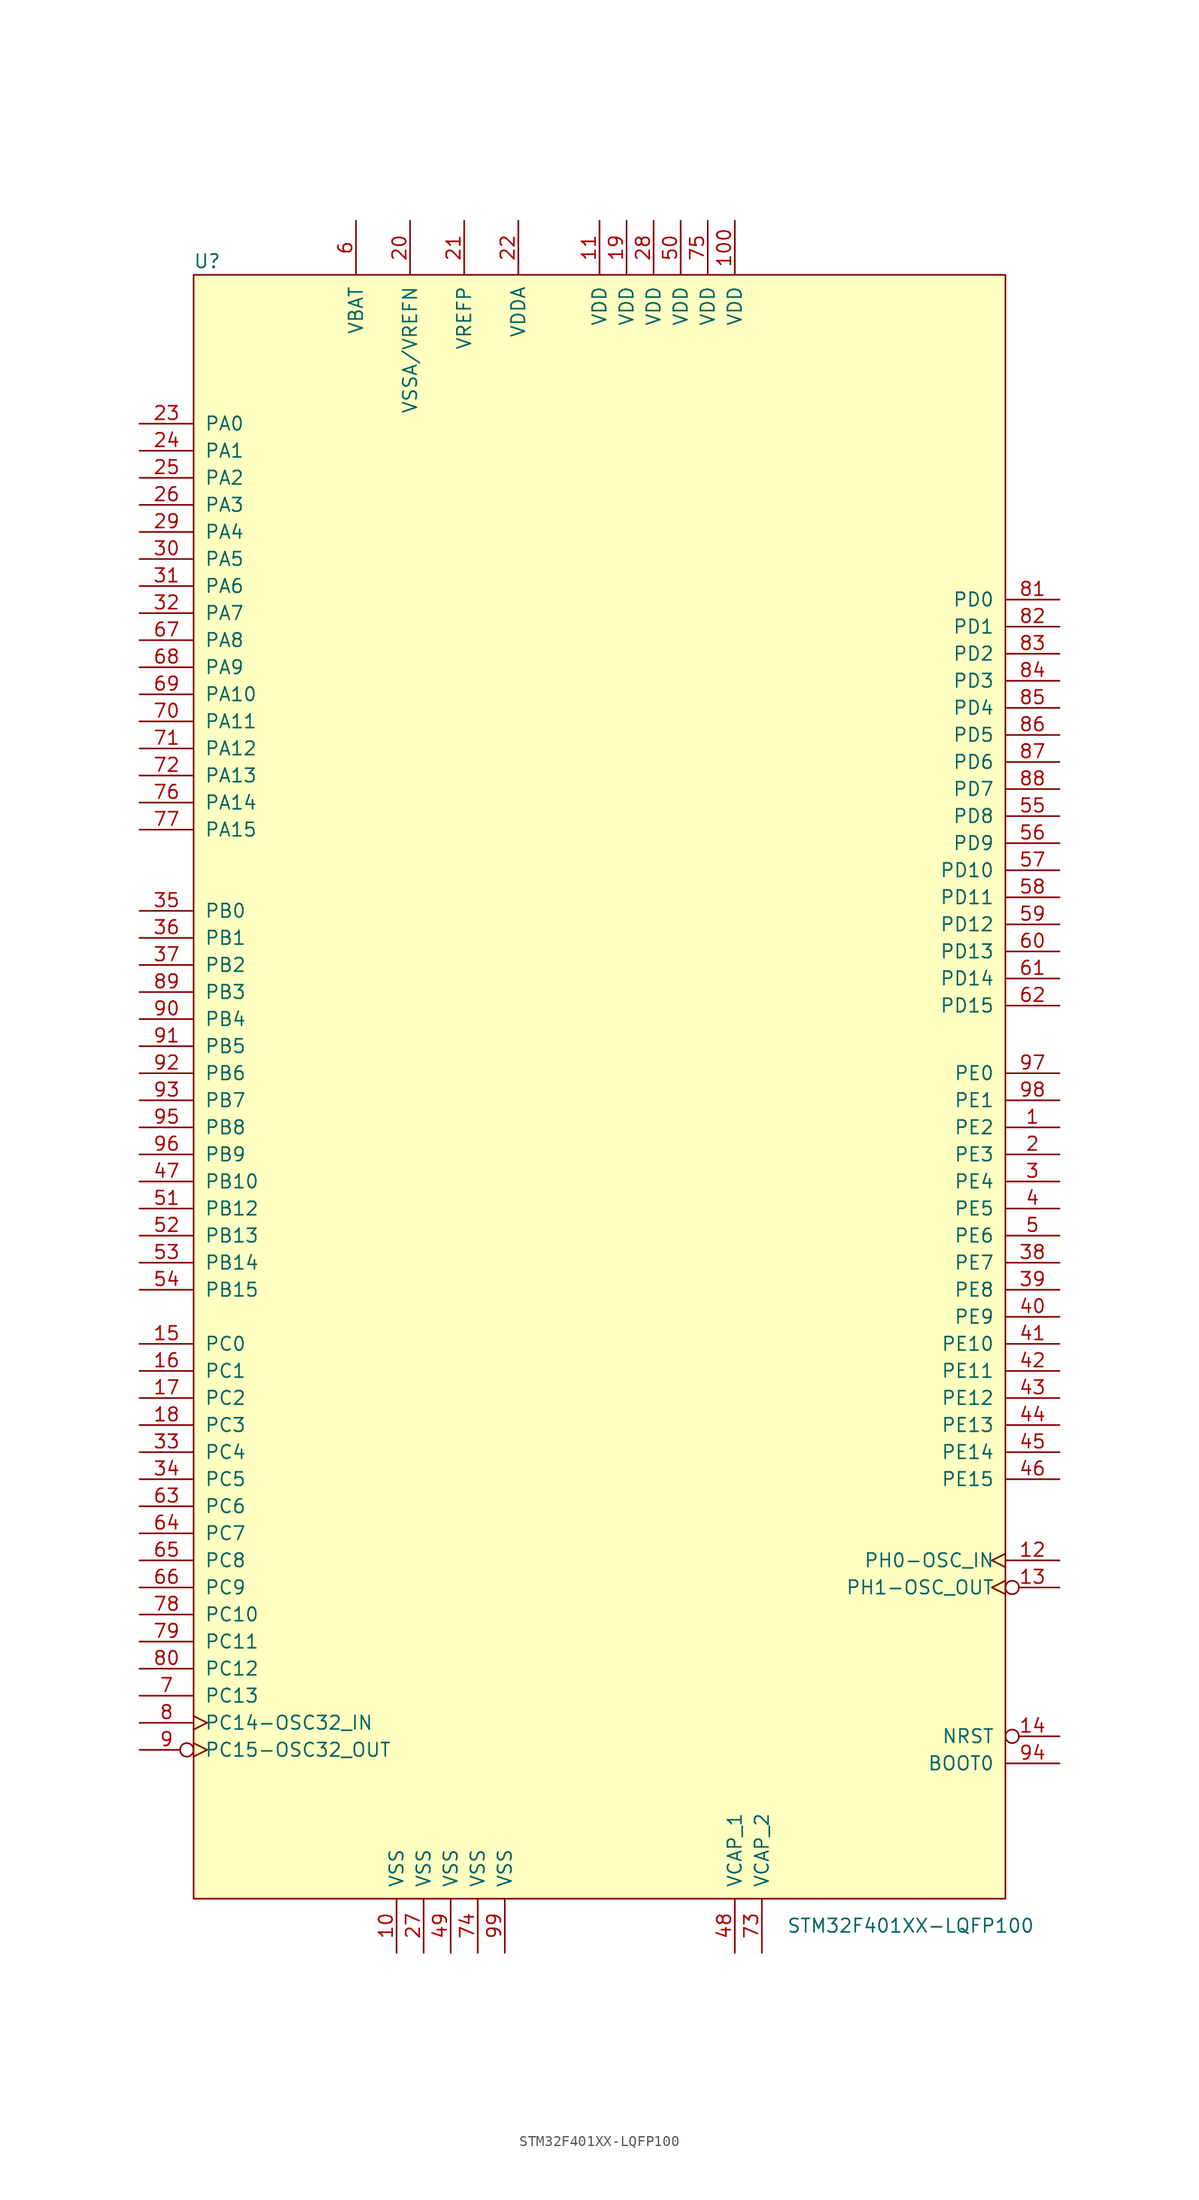
<source format=kicad_sym>
(kicad_symbol_lib
  (version 20211014)
  (generator kicad_symbol_editor)
  (symbol "STM32F401XX-LQFP100"
    (pin_names
      (offset 1.016))
    (property "Reference" "U"
      (at -36.83 77.47 0)
      (effects (font (size 1.27 1.27))))
    (property "Value" "STM32F401XX-LQFP100"
      (at 29.21 -78.74 0)
      (effects (font (size 1.27 1.27))))
    (symbol "STM32F401XX-LQFP100_0_1"
      (rectangle (start -38.1 76.2) (end 38.1 -76.2) (stroke (width 0) (type default) (color 0 0 0 0)) (fill (type background))))
    (symbol "STM32F401XX-LQFP100_1_1"
      (pin bidirectional line (at 43.18 -3.81 180) (length 5.08) (name "PE2" (effects (font (size 1.27 1.27)))) (number "1" (effects (font (size 1.27 1.27)))))
      (pin power_in line (at -19.05 -81.28 90) (length 5.08) (name "VSS" (effects (font (size 1.27 1.27)))) (number "10" (effects (font (size 1.27 1.27)))))
      (pin power_in line (at 12.7 81.28 270) (length 5.08) (name "VDD" (effects (font (size 1.27 1.27)))) (number "100" (effects (font (size 1.27 1.27)))))
      (pin power_in line (at 0 81.28 270) (length 5.08) (name "VDD" (effects (font (size 1.27 1.27)))) (number "11" (effects (font (size 1.27 1.27)))))
      (pin bidirectional clock (at 43.18 -44.45 180) (length 5.08) (name "PH0-OSC_IN" (effects (font (size 1.27 1.27)))) (number "12" (effects (font (size 1.27 1.27)))))
      (pin bidirectional inverted_clock (at 43.18 -46.99 180) (length 5.08) (name "PH1-OSC_OUT" (effects (font (size 1.27 1.27)))) (number "13" (effects (font (size 1.27 1.27)))))
      (pin input inverted (at 43.18 -60.96 180) (length 5.08) (name "NRST" (effects (font (size 1.27 1.27)))) (number "14" (effects (font (size 1.27 1.27)))))
      (pin bidirectional line (at -43.18 -24.13 0) (length 5.08) (name "PC0" (effects (font (size 1.27 1.27)))) (number "15" (effects (font (size 1.27 1.27)))))
      (pin bidirectional line (at -43.18 -26.67 0) (length 5.08) (name "PC1" (effects (font (size 1.27 1.27)))) (number "16" (effects (font (size 1.27 1.27)))))
      (pin bidirectional line (at -43.18 -29.21 0) (length 5.08) (name "PC2" (effects (font (size 1.27 1.27)))) (number "17" (effects (font (size 1.27 1.27)))))
      (pin bidirectional line (at -43.18 -31.75 0) (length 5.08) (name "PC3" (effects (font (size 1.27 1.27)))) (number "18" (effects (font (size 1.27 1.27)))))
      (pin power_in line (at 2.54 81.28 270) (length 5.08) (name "VDD" (effects (font (size 1.27 1.27)))) (number "19" (effects (font (size 1.27 1.27)))))
      (pin bidirectional line (at 43.18 -6.35 180) (length 5.08) (name "PE3" (effects (font (size 1.27 1.27)))) (number "2" (effects (font (size 1.27 1.27)))))
      (pin power_in line (at -17.78 81.28 270) (length 5.08) (name "VSSA/VREFN" (effects (font (size 1.27 1.27)))) (number "20" (effects (font (size 1.27 1.27)))))
      (pin power_in line (at -12.7 81.28 270) (length 5.08) (name "VREFP" (effects (font (size 1.27 1.27)))) (number "21" (effects (font (size 1.27 1.27)))))
      (pin power_in line (at -7.62 81.28 270) (length 5.08) (name "VDDA" (effects (font (size 1.27 1.27)))) (number "22" (effects (font (size 1.27 1.27)))))
      (pin bidirectional line (at -43.18 62.23 0) (length 5.08) (name "PA0" (effects (font (size 1.27 1.27)))) (number "23" (effects (font (size 1.27 1.27)))))
      (pin bidirectional line (at -43.18 59.69 0) (length 5.08) (name "PA1" (effects (font (size 1.27 1.27)))) (number "24" (effects (font (size 1.27 1.27)))))
      (pin bidirectional line (at -43.18 57.15 0) (length 5.08) (name "PA2" (effects (font (size 1.27 1.27)))) (number "25" (effects (font (size 1.27 1.27)))) (alternate "UART2_TX" output line))
      (pin bidirectional line (at -43.18 54.61 0) (length 5.08) (name "PA3" (effects (font (size 1.27 1.27)))) (number "26" (effects (font (size 1.27 1.27)))) (alternate "UART2_RX" input line))
      (pin power_in line (at -16.51 -81.28 90) (length 5.08) (name "VSS" (effects (font (size 1.27 1.27)))) (number "27" (effects (font (size 1.27 1.27)))))
      (pin power_in line (at 5.08 81.28 270) (length 5.08) (name "VDD" (effects (font (size 1.27 1.27)))) (number "28" (effects (font (size 1.27 1.27)))))
      (pin bidirectional line (at -43.18 52.07 0) (length 5.08) (name "PA4" (effects (font (size 1.27 1.27)))) (number "29" (effects (font (size 1.27 1.27)))))
      (pin bidirectional line (at 43.18 -8.89 180) (length 5.08) (name "PE4" (effects (font (size 1.27 1.27)))) (number "3" (effects (font (size 1.27 1.27)))))
      (pin bidirectional line (at -43.18 49.53 0) (length 5.08) (name "PA5" (effects (font (size 1.27 1.27)))) (number "30" (effects (font (size 1.27 1.27)))))
      (pin bidirectional line (at -43.18 46.99 0) (length 5.08) (name "PA6" (effects (font (size 1.27 1.27)))) (number "31" (effects (font (size 1.27 1.27)))))
      (pin bidirectional line (at -43.18 44.45 0) (length 5.08) (name "PA7" (effects (font (size 1.27 1.27)))) (number "32" (effects (font (size 1.27 1.27)))))
      (pin bidirectional line (at -43.18 -34.29 0) (length 5.08) (name "PC4" (effects (font (size 1.27 1.27)))) (number "33" (effects (font (size 1.27 1.27)))))
      (pin bidirectional line (at -43.18 -36.83 0) (length 5.08) (name "PC5" (effects (font (size 1.27 1.27)))) (number "34" (effects (font (size 1.27 1.27)))))
      (pin bidirectional line (at -43.18 16.51 0) (length 5.08) (name "PB0" (effects (font (size 1.27 1.27)))) (number "35" (effects (font (size 1.27 1.27)))))
      (pin bidirectional line (at -43.18 13.97 0) (length 5.08) (name "PB1" (effects (font (size 1.27 1.27)))) (number "36" (effects (font (size 1.27 1.27)))))
      (pin bidirectional line (at -43.18 11.43 0) (length 5.08) (name "PB2" (effects (font (size 1.27 1.27)))) (number "37" (effects (font (size 1.27 1.27)))))
      (pin bidirectional line (at 43.18 -16.51 180) (length 5.08) (name "PE7" (effects (font (size 1.27 1.27)))) (number "38" (effects (font (size 1.27 1.27)))))
      (pin bidirectional line (at 43.18 -19.05 180) (length 5.08) (name "PE8" (effects (font (size 1.27 1.27)))) (number "39" (effects (font (size 1.27 1.27)))))
      (pin bidirectional line (at 43.18 -11.43 180) (length 5.08) (name "PE5" (effects (font (size 1.27 1.27)))) (number "4" (effects (font (size 1.27 1.27)))))
      (pin bidirectional line (at 43.18 -21.59 180) (length 5.08) (name "PE9" (effects (font (size 1.27 1.27)))) (number "40" (effects (font (size 1.27 1.27)))))
      (pin bidirectional line (at 43.18 -24.13 180) (length 5.08) (name "PE10" (effects (font (size 1.27 1.27)))) (number "41" (effects (font (size 1.27 1.27)))))
      (pin bidirectional line (at 43.18 -26.67 180) (length 5.08) (name "PE11" (effects (font (size 1.27 1.27)))) (number "42" (effects (font (size 1.27 1.27)))))
      (pin bidirectional line (at 43.18 -29.21 180) (length 5.08) (name "PE12" (effects (font (size 1.27 1.27)))) (number "43" (effects (font (size 1.27 1.27)))))
      (pin bidirectional line (at 43.18 -31.75 180) (length 5.08) (name "PE13" (effects (font (size 1.27 1.27)))) (number "44" (effects (font (size 1.27 1.27)))))
      (pin bidirectional line (at 43.18 -34.29 180) (length 5.08) (name "PE14" (effects (font (size 1.27 1.27)))) (number "45" (effects (font (size 1.27 1.27)))))
      (pin bidirectional line (at 43.18 -36.83 180) (length 5.08) (name "PE15" (effects (font (size 1.27 1.27)))) (number "46" (effects (font (size 1.27 1.27)))))
      (pin bidirectional line (at -43.18 -8.89 0) (length 5.08) (name "PB10" (effects (font (size 1.27 1.27)))) (number "47" (effects (font (size 1.27 1.27)))))
      (pin passive line (at 12.7 -81.28 90) (length 5.08) (name "VCAP_1" (effects (font (size 1.27 1.27)))) (number "48" (effects (font (size 1.27 1.27)))))
      (pin power_in line (at -13.97 -81.28 90) (length 5.08) (name "VSS" (effects (font (size 1.27 1.27)))) (number "49" (effects (font (size 1.27 1.27)))))
      (pin bidirectional line (at 43.18 -13.97 180) (length 5.08) (name "PE6" (effects (font (size 1.27 1.27)))) (number "5" (effects (font (size 1.27 1.27)))))
      (pin power_in line (at 7.62 81.28 270) (length 5.08) (name "VDD" (effects (font (size 1.27 1.27)))) (number "50" (effects (font (size 1.27 1.27)))))
      (pin bidirectional line (at -43.18 -11.43 0) (length 5.08) (name "PB12" (effects (font (size 1.27 1.27)))) (number "51" (effects (font (size 1.27 1.27)))))
      (pin bidirectional line (at -43.18 -13.97 0) (length 5.08) (name "PB13" (effects (font (size 1.27 1.27)))) (number "52" (effects (font (size 1.27 1.27)))))
      (pin bidirectional line (at -43.18 -16.51 0) (length 5.08) (name "PB14" (effects (font (size 1.27 1.27)))) (number "53" (effects (font (size 1.27 1.27)))))
      (pin bidirectional line (at -43.18 -19.05 0) (length 5.08) (name "PB15" (effects (font (size 1.27 1.27)))) (number "54" (effects (font (size 1.27 1.27)))))
      (pin bidirectional line (at 43.18 25.4 180) (length 5.08) (name "PD8" (effects (font (size 1.27 1.27)))) (number "55" (effects (font (size 1.27 1.27)))))
      (pin bidirectional line (at 43.18 22.86 180) (length 5.08) (name "PD9" (effects (font (size 1.27 1.27)))) (number "56" (effects (font (size 1.27 1.27)))))
      (pin bidirectional line (at 43.18 20.32 180) (length 5.08) (name "PD10" (effects (font (size 1.27 1.27)))) (number "57" (effects (font (size 1.27 1.27)))))
      (pin bidirectional line (at 43.18 17.78 180) (length 5.08) (name "PD11" (effects (font (size 1.27 1.27)))) (number "58" (effects (font (size 1.27 1.27)))))
      (pin bidirectional line (at 43.18 15.24 180) (length 5.08) (name "PD12" (effects (font (size 1.27 1.27)))) (number "59" (effects (font (size 1.27 1.27)))))
      (pin power_in line (at -22.86 81.28 270) (length 5.08) (name "VBAT" (effects (font (size 1.27 1.27)))) (number "6" (effects (font (size 1.27 1.27)))))
      (pin bidirectional line (at 43.18 12.7 180) (length 5.08) (name "PD13" (effects (font (size 1.27 1.27)))) (number "60" (effects (font (size 1.27 1.27)))))
      (pin bidirectional line (at 43.18 10.16 180) (length 5.08) (name "PD14" (effects (font (size 1.27 1.27)))) (number "61" (effects (font (size 1.27 1.27)))))
      (pin bidirectional line (at 43.18 7.62 180) (length 5.08) (name "PD15" (effects (font (size 1.27 1.27)))) (number "62" (effects (font (size 1.27 1.27)))))
      (pin bidirectional line (at -43.18 -39.37 0) (length 5.08) (name "PC6" (effects (font (size 1.27 1.27)))) (number "63" (effects (font (size 1.27 1.27)))) (alternate "UART6_TX" output line))
      (pin bidirectional line (at -43.18 -41.91 0) (length 5.08) (name "PC7" (effects (font (size 1.27 1.27)))) (number "64" (effects (font (size 1.27 1.27)))) (alternate "UART6_RX" input line))
      (pin bidirectional line (at -43.18 -44.45 0) (length 5.08) (name "PC8" (effects (font (size 1.27 1.27)))) (number "65" (effects (font (size 1.27 1.27)))))
      (pin bidirectional line (at -43.18 -46.99 0) (length 5.08) (name "PC9" (effects (font (size 1.27 1.27)))) (number "66" (effects (font (size 1.27 1.27)))))
      (pin bidirectional line (at -43.18 41.91 0) (length 5.08) (name "PA8" (effects (font (size 1.27 1.27)))) (number "67" (effects (font (size 1.27 1.27)))) (alternate "USB_SOF" output line))
      (pin bidirectional line (at -43.18 39.37 0) (length 5.08) (name "PA9" (effects (font (size 1.27 1.27)))) (number "68" (effects (font (size 1.27 1.27)))) (alternate "USB_VBUS" input line))
      (pin bidirectional line (at -43.18 36.83 0) (length 5.08) (name "PA10" (effects (font (size 1.27 1.27)))) (number "69" (effects (font (size 1.27 1.27)))) (alternate "USB_ID" input line))
      (pin bidirectional line (at -43.18 -57.15 0) (length 5.08) (name "PC13" (effects (font (size 1.27 1.27)))) (number "7" (effects (font (size 1.27 1.27)))))
      (pin bidirectional line (at -43.18 34.29 0) (length 5.08) (name "PA11" (effects (font (size 1.27 1.27)))) (number "70" (effects (font (size 1.27 1.27)))) (alternate "USB_DM" bidirectional line))
      (pin bidirectional line (at -43.18 31.75 0) (length 5.08) (name "PA12" (effects (font (size 1.27 1.27)))) (number "71" (effects (font (size 1.27 1.27)))) (alternate "USB_DP" bidirectional line))
      (pin bidirectional line (at -43.18 29.21 0) (length 5.08) (name "PA13" (effects (font (size 1.27 1.27)))) (number "72" (effects (font (size 1.27 1.27)))) (alternate "JTAG_TMS" input line))
      (pin passive line (at 15.24 -81.28 90) (length 5.08) (name "VCAP_2" (effects (font (size 1.27 1.27)))) (number "73" (effects (font (size 1.27 1.27)))))
      (pin power_in line (at -11.43 -81.28 90) (length 5.08) (name "VSS" (effects (font (size 1.27 1.27)))) (number "74" (effects (font (size 1.27 1.27)))))
      (pin power_in line (at 10.16 81.28 270) (length 5.08) (name "VDD" (effects (font (size 1.27 1.27)))) (number "75" (effects (font (size 1.27 1.27)))))
      (pin bidirectional line (at -43.18 26.67 0) (length 5.08) (name "PA14" (effects (font (size 1.27 1.27)))) (number "76" (effects (font (size 1.27 1.27)))) (alternate "JTAG_TCK" input line))
      (pin bidirectional line (at -43.18 24.13 0) (length 5.08) (name "PA15" (effects (font (size 1.27 1.27)))) (number "77" (effects (font (size 1.27 1.27)))) (alternate "JTAG_TDI" input line))
      (pin bidirectional line (at -43.18 -49.53 0) (length 5.08) (name "PC10" (effects (font (size 1.27 1.27)))) (number "78" (effects (font (size 1.27 1.27)))))
      (pin bidirectional line (at -43.18 -52.07 0) (length 5.08) (name "PC11" (effects (font (size 1.27 1.27)))) (number "79" (effects (font (size 1.27 1.27)))))
      (pin bidirectional clock (at -43.18 -59.69 0) (length 5.08) (name "PC14-OSC32_IN" (effects (font (size 1.27 1.27)))) (number "8" (effects (font (size 1.27 1.27)))))
      (pin bidirectional line (at -43.18 -54.61 0) (length 5.08) (name "PC12" (effects (font (size 1.27 1.27)))) (number "80" (effects (font (size 1.27 1.27)))))
      (pin bidirectional line (at 43.18 45.72 180) (length 5.08) (name "PD0" (effects (font (size 1.27 1.27)))) (number "81" (effects (font (size 1.27 1.27)))))
      (pin bidirectional line (at 43.18 43.18 180) (length 5.08) (name "PD1" (effects (font (size 1.27 1.27)))) (number "82" (effects (font (size 1.27 1.27)))))
      (pin bidirectional line (at 43.18 40.64 180) (length 5.08) (name "PD2" (effects (font (size 1.27 1.27)))) (number "83" (effects (font (size 1.27 1.27)))))
      (pin bidirectional line (at 43.18 38.1 180) (length 5.08) (name "PD3" (effects (font (size 1.27 1.27)))) (number "84" (effects (font (size 1.27 1.27)))))
      (pin bidirectional line (at 43.18 35.56 180) (length 5.08) (name "PD4" (effects (font (size 1.27 1.27)))) (number "85" (effects (font (size 1.27 1.27)))))
      (pin bidirectional line (at 43.18 33.02 180) (length 5.08) (name "PD5" (effects (font (size 1.27 1.27)))) (number "86" (effects (font (size 1.27 1.27)))) (alternate "UART2_TX" output line))
      (pin bidirectional line (at 43.18 30.48 180) (length 5.08) (name "PD6" (effects (font (size 1.27 1.27)))) (number "87" (effects (font (size 1.27 1.27)))) (alternate "UART2_RX" input line))
      (pin bidirectional line (at 43.18 27.94 180) (length 5.08) (name "PD7" (effects (font (size 1.27 1.27)))) (number "88" (effects (font (size 1.27 1.27)))))
      (pin bidirectional line (at -43.18 8.89 0) (length 5.08) (name "PB3" (effects (font (size 1.27 1.27)))) (number "89" (effects (font (size 1.27 1.27)))) (alternate "JTAG_TDO" output line))
      (pin bidirectional inverted_clock (at -43.18 -62.23 0) (length 5.08) (name "PC15-OSC32_OUT" (effects (font (size 1.27 1.27)))) (number "9" (effects (font (size 1.27 1.27)))))
      (pin bidirectional line (at -43.18 6.35 0) (length 5.08) (name "PB4" (effects (font (size 1.27 1.27)))) (number "90" (effects (font (size 1.27 1.27)))) (alternate "JTAG_TNRST" input inverted))
      (pin bidirectional line (at -43.18 3.81 0) (length 5.08) (name "PB5" (effects (font (size 1.27 1.27)))) (number "91" (effects (font (size 1.27 1.27)))))
      (pin bidirectional line (at -43.18 1.27 0) (length 5.08) (name "PB6" (effects (font (size 1.27 1.27)))) (number "92" (effects (font (size 1.27 1.27)))) (alternate "UART1_TX" output line))
      (pin bidirectional line (at -43.18 -1.27 0) (length 5.08) (name "PB7" (effects (font (size 1.27 1.27)))) (number "93" (effects (font (size 1.27 1.27)))) (alternate "UART1_RX" input line))
      (pin input line (at 43.18 -63.5 180) (length 5.08) (name "BOOT0" (effects (font (size 1.27 1.27)))) (number "94" (effects (font (size 1.27 1.27)))))
      (pin bidirectional line (at -43.18 -3.81 0) (length 5.08) (name "PB8" (effects (font (size 1.27 1.27)))) (number "95" (effects (font (size 1.27 1.27)))))
      (pin bidirectional line (at -43.18 -6.35 0) (length 5.08) (name "PB9" (effects (font (size 1.27 1.27)))) (number "96" (effects (font (size 1.27 1.27)))))
      (pin bidirectional line (at 43.18 1.27 180) (length 5.08) (name "PE0" (effects (font (size 1.27 1.27)))) (number "97" (effects (font (size 1.27 1.27)))))
      (pin bidirectional line (at 43.18 -1.27 180) (length 5.08) (name "PE1" (effects (font (size 1.27 1.27)))) (number "98" (effects (font (size 1.27 1.27)))))
      (pin power_in line (at -8.89 -81.28 90) (length 5.08) (name "VSS" (effects (font (size 1.27 1.27)))) (number "99" (effects (font (size 1.27 1.27))))))))
</source>
